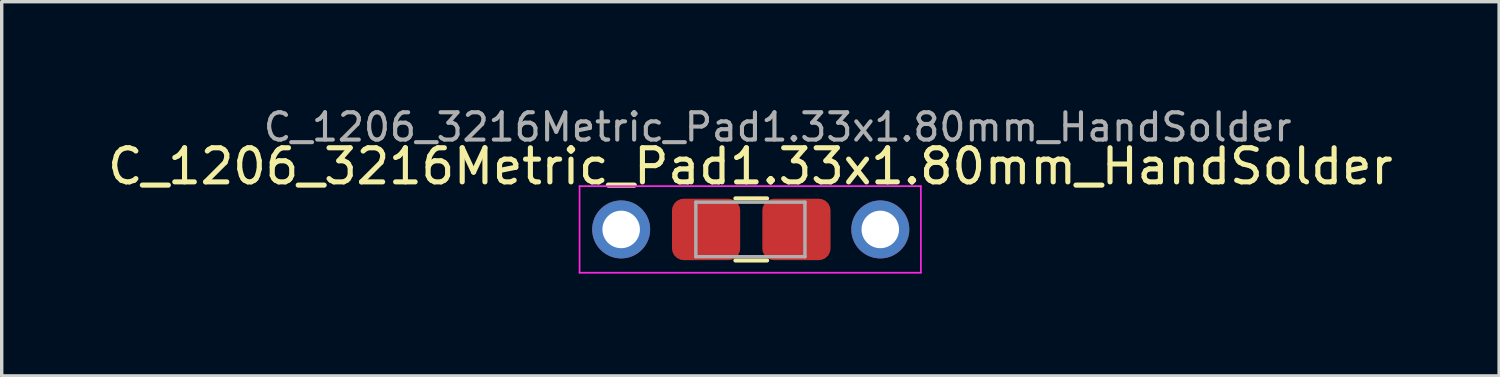
<source format=kicad_pcb>
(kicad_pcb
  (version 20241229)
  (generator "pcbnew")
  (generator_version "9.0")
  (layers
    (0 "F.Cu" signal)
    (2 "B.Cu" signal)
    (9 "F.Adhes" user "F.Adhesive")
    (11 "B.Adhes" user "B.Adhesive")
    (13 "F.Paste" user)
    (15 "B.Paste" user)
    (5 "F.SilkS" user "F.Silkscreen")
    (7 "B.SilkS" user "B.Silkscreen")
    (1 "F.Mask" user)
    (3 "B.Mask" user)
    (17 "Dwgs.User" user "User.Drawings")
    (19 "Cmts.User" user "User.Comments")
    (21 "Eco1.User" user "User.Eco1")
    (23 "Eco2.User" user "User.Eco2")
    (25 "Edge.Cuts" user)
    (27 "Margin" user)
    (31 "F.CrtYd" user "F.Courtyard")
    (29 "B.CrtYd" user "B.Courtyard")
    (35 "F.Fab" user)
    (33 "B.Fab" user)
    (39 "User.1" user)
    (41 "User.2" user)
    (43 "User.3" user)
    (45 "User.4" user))
  (footprint "C_1206_3216Metric_Pad1.33x1.80mm_HandSolder"
    (layer "F.Cu")
    (at 18.958 3.679)
    (property "Reference" "C_1206_3216Metric_Pad1.33x1.80mm_HandSolder" (at 0 -1.85 0) (layer "F.SilkS") (effects (font (size 1 1) (thickness 0.15))))
    (attr smd)
    (fp_line (start -0.44 -0.91) (end 0.49 -0.91) (stroke (width 0.12) (type solid)) (layer "F.SilkS"))
    (fp_line (start -0.44 0.91) (end 0.49 0.91) (stroke (width 0.12) (type solid)) (layer "F.SilkS"))
    (fp_line (start -5.01 1.27) (end -5.01 -1.27) (stroke (width 0.05) (type solid)) (layer "F.CrtYd"))
    (fp_line (start 5 -1.27) (end -5.01 -1.27) (stroke (width 0.05) (type solid)) (layer "F.CrtYd"))
    (fp_line (start 5 -1.27) (end 5 1.27) (stroke (width 0.05) (type solid)) (layer "F.CrtYd"))
    (fp_line (start 5 1.27) (end -5.01 1.27) (stroke (width 0.05) (type solid)) (layer "F.CrtYd"))
    (fp_line (start -1.6 -0.8) (end 1.6 -0.8) (stroke (width 0.1) (type solid)) (layer "F.Fab"))
    (fp_line (start -1.6 0.8) (end -1.6 -0.8) (stroke (width 0.1) (type solid)) (layer "F.Fab"))
    (fp_line (start 1.6 -0.8) (end 1.6 0.8) (stroke (width 0.1) (type solid)) (layer "F.Fab"))
    (fp_line (start 1.6 0.8) (end -1.6 0.8) (stroke (width 0.1) (type solid)) (layer "F.Fab"))
    (fp_text user "${REFERENCE}" (at 0.8 -3 0) (layer "F.Fab") (effects (font (size 0.8 0.8) (thickness 0.12))))
    (pad "1" thru_hole oval (at -3.79 0) (size 1.7 1.7) (drill 1.1) (layers "*.Cu" "*.Mask"))
    (pad "1" smd roundrect (at -1.3 0) (size 2 1.8) (layers "F.Cu" "F.Mask" "F.Paste") (roundrect_rratio 0.19))
    (pad "2" smd roundrect (at 1.35 0) (size 2 1.8) (layers "F.Cu" "F.Mask" "F.Paste") (roundrect_rratio 0.189))
    (pad "2" thru_hole oval (at 3.81 0) (size 1.7 1.7) (drill 1.1) (layers "*.Cu" "*.Mask")))
  (gr_rect
    (start -3 -3)
    (end 40.917 7.974)
    (stroke (width 0.1) (type default))
    (fill no)
    (layer "Edge.Cuts")))
</source>
